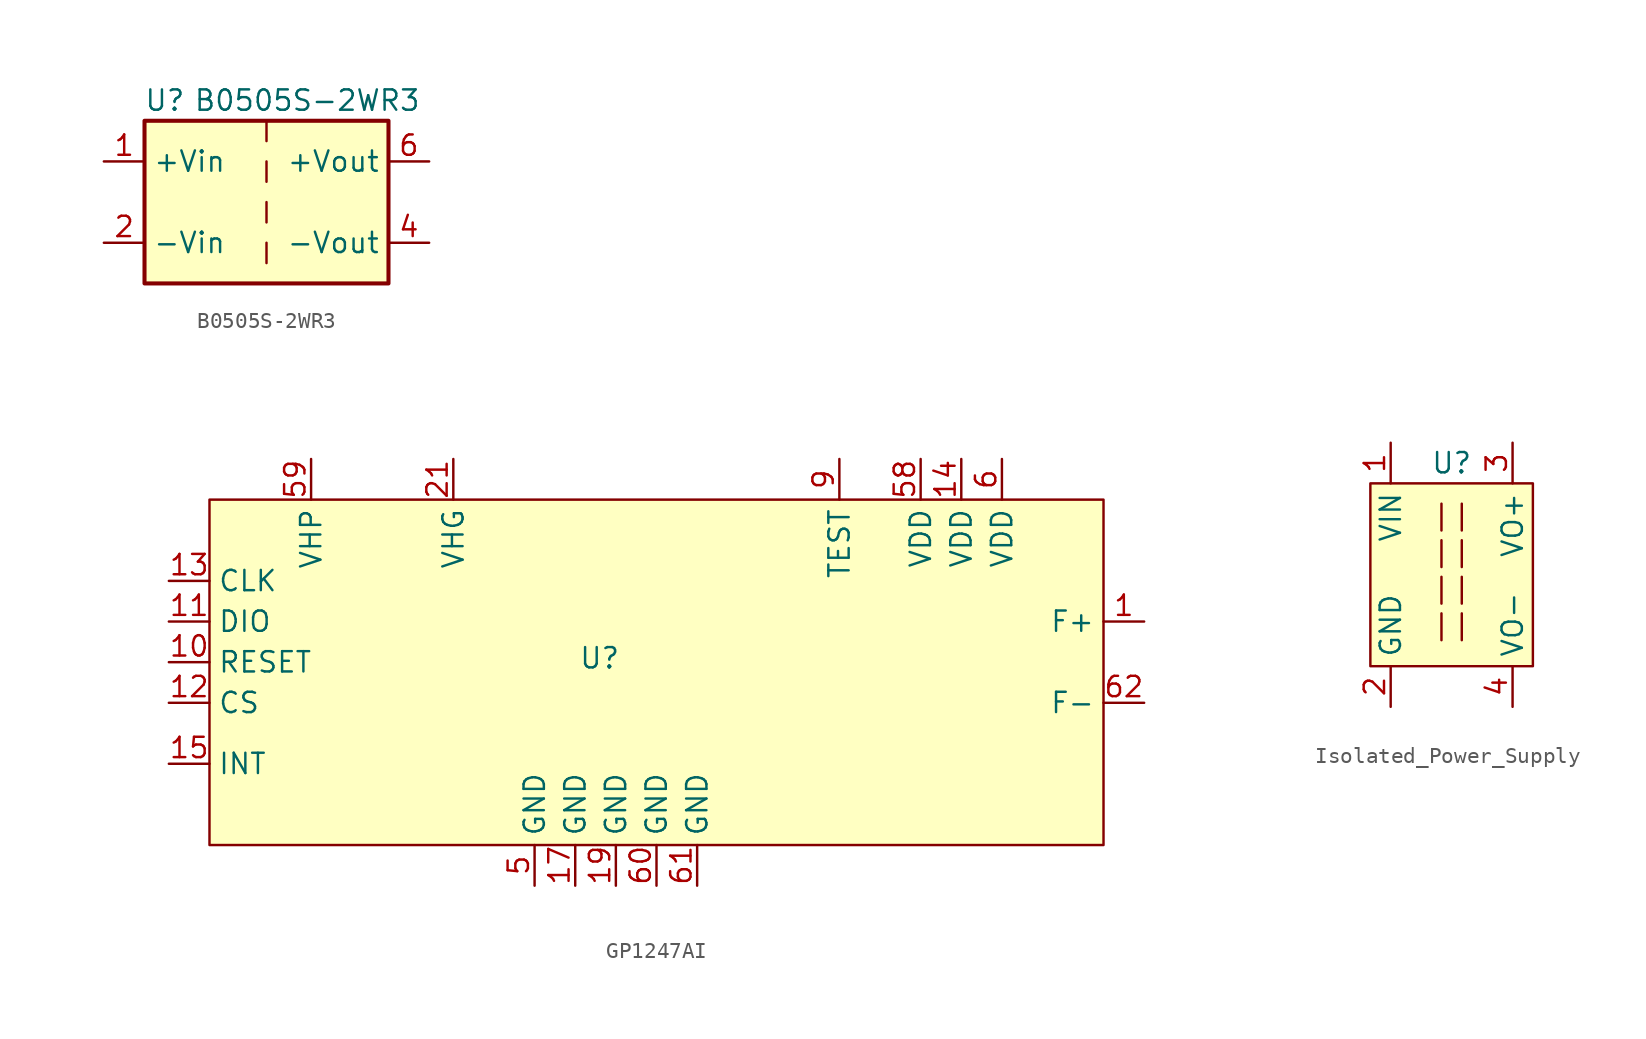
<source format=kicad_sym>
(kicad_symbol_lib
  (version 20241209)
  (generator "kicad_symbol_editor")
  (generator_version "9.0")
  (symbol "B0505S-2WR3"
    (property "Reference" "U"
      (at -6.35 6.35 0)
      (effects (font (size 1.27 1.27))))
    (property "Value" "B0505S-2WR3"
      (at 2.54 6.35 0)
      (effects (font (size 1.27 1.27))))
    (symbol "B0505S-2WR3_0_1"
      (rectangle (start -7.62 5.08) (end 7.62 -5.08) (stroke (width 0.254) (type default)) (fill (type background)))
      (polyline (pts (xy 0 5.08) (xy 0 3.81)) (stroke (width 0) (type default)) (fill (type none)))
      (polyline (pts (xy 0 2.54) (xy 0 1.27)) (stroke (width 0) (type default)) (fill (type none)))
      (polyline (pts (xy 0 0) (xy 0 -1.27)) (stroke (width 0) (type default)) (fill (type none)))
      (polyline (pts (xy 0 -2.54) (xy 0 -3.81)) (stroke (width 0) (type default)) (fill (type none))))
    (symbol "B0505S-2WR3_1_1"
      (pin power_in line (at -10.16 2.54 0) (length 2.54) (name "+Vin" (effects (font (size 1.27 1.27)))) (number "1" (effects (font (size 1.27 1.27)))))
      (pin power_in line (at -10.16 -2.54 0) (length 2.54) (name "-Vin" (effects (font (size 1.27 1.27)))) (number "2" (effects (font (size 1.27 1.27)))))
      (pin power_out line (at 10.16 2.54 180) (length 2.54) (name "+Vout" (effects (font (size 1.27 1.27)))) (number "6" (effects (font (size 1.27 1.27)))))
      (pin power_out line (at 10.16 -2.54 180) (length 2.54) (name "-Vout" (effects (font (size 1.27 1.27)))) (number "4" (effects (font (size 1.27 1.27)))))))
  (symbol "GP1247AI"
    (property "Reference" "U"
      (at -1.016 0.254 0)
      (effects (font (size 1.27 1.27))))
    (symbol "GP1247AI_1_1"
      (rectangle (start -25.4 10.16) (end 30.48 -11.43) (stroke (width 0) (type solid)) (fill (type background)))
      (pin passive line (at -27.94 5.08 0) (length 2.54) (name "CLK" (effects (font (size 1.27 1.27)))) (number "13" (effects (font (size 1.27 1.27)))))
      (pin passive line (at -27.94 2.54 0) (length 2.54) (name "DIO" (effects (font (size 1.27 1.27)))) (number "11" (effects (font (size 1.27 1.27)))))
      (pin passive line (at -27.94 0 0) (length 2.54) (name "RESET" (effects (font (size 1.27 1.27)))) (number "10" (effects (font (size 1.27 1.27)))))
      (pin passive line (at -27.94 -2.54 0) (length 2.54) (name "CS" (effects (font (size 1.27 1.27)))) (number "12" (effects (font (size 1.27 1.27)))))
      (pin passive line (at -27.94 -6.35 0) (length 2.54) (name "INT" (effects (font (size 1.27 1.27)))) (number "15" (effects (font (size 1.27 1.27)))))
      (pin no_connect line (at -25.4 -8.89 90) (length 2.54) (hide yes) (name "NC" (effects (font (size 1.27 1.27)))) (number "8" (effects (font (size 1.27 1.27)))))
      (pin no_connect line (at -24.13 -8.89 90) (length 2.54) (hide yes) (name "NC" (effects (font (size 1.27 1.27)))) (number "18" (effects (font (size 1.27 1.27)))))
      (pin no_connect line (at -22.86 -8.89 90) (length 2.54) (hide yes) (name "NC" (effects (font (size 1.27 1.27)))) (number "20" (effects (font (size 1.27 1.27)))))
      (pin no_connect line (at -21.59 -8.89 90) (length 2.54) (hide yes) (name "NC" (effects (font (size 1.27 1.27)))) (number "22" (effects (font (size 1.27 1.27)))))
      (pin no_connect line (at -20.32 -8.89 90) (length 2.54) (hide yes) (name "NC" (effects (font (size 1.27 1.27)))) (number "23" (effects (font (size 1.27 1.27)))))
      (pin power_in line (at -19.05 12.7 270) (length 2.54) (name "VHP" (effects (font (size 1.27 1.27)))) (number "59" (effects (font (size 1.27 1.27)))))
      (pin no_connect line (at -19.05 -8.89 90) (length 2.54) (hide yes) (name "NC" (effects (font (size 1.27 1.27)))) (number "24" (effects (font (size 1.27 1.27)))))
      (pin no_connect line (at -17.78 -8.89 90) (length 2.54) (hide yes) (name "NC" (effects (font (size 1.27 1.27)))) (number "25" (effects (font (size 1.27 1.27)))))
      (pin no_connect line (at -16.51 -8.89 90) (length 2.54) (hide yes) (name "NC" (effects (font (size 1.27 1.27)))) (number "26" (effects (font (size 1.27 1.27)))))
      (pin no_connect line (at -15.24 -8.89 90) (length 2.54) (hide yes) (name "NC" (effects (font (size 1.27 1.27)))) (number "27" (effects (font (size 1.27 1.27)))))
      (pin no_connect line (at -13.97 -8.89 90) (length 2.54) (hide yes) (name "NC" (effects (font (size 1.27 1.27)))) (number "28" (effects (font (size 1.27 1.27)))))
      (pin no_connect line (at -12.7 -8.89 90) (length 2.54) (hide yes) (name "NC" (effects (font (size 1.27 1.27)))) (number "29" (effects (font (size 1.27 1.27)))))
      (pin no_connect line (at -11.43 0 180) (length 2.54) (hide yes) (name "NC" (effects (font (size 1.27 1.27)))) (number "7" (effects (font (size 1.27 1.27)))))
      (pin no_connect line (at -11.43 -1.27 180) (length 2.54) (hide yes) (name "NC" (effects (font (size 1.27 1.27)))) (number "16" (effects (font (size 1.27 1.27)))))
      (pin no_connect line (at -11.43 -8.89 90) (length 2.54) (hide yes) (name "NC" (effects (font (size 1.27 1.27)))) (number "30" (effects (font (size 1.27 1.27)))))
      (pin power_in line (at -10.16 12.7 270) (length 2.54) (name "VHG" (effects (font (size 1.27 1.27)))) (number "21" (effects (font (size 1.27 1.27)))))
      (pin no_connect line (at -10.16 -8.89 90) (length 2.54) (hide yes) (name "NC" (effects (font (size 1.27 1.27)))) (number "31" (effects (font (size 1.27 1.27)))))
      (pin no_connect line (at -8.89 -8.89 90) (length 2.54) (hide yes) (name "NC" (effects (font (size 1.27 1.27)))) (number "32" (effects (font (size 1.27 1.27)))))
      (pin no_connect line (at -7.62 -8.89 90) (length 2.54) (hide yes) (name "NC" (effects (font (size 1.27 1.27)))) (number "33" (effects (font (size 1.27 1.27)))))
      (pin power_in line (at -5.08 -13.97 90) (length 2.54) (name "GND" (effects (font (size 1.27 1.27)))) (number "5" (effects (font (size 1.27 1.27)))))
      (pin power_in line (at -2.54 -13.97 90) (length 2.54) (name "GND" (effects (font (size 1.27 1.27)))) (number "17" (effects (font (size 1.27 1.27)))))
      (pin power_in line (at 0 -13.97 90) (length 2.54) (name "GND" (effects (font (size 1.27 1.27)))) (number "19" (effects (font (size 1.27 1.27)))))
      (pin no_connect line (at 1.27 8.89 270) (length 2.54) (hide yes) (name "NC" (effects (font (size 1.27 1.27)))) (number "57" (effects (font (size 1.27 1.27)))))
      (pin no_connect line (at 2.54 8.89 270) (length 2.54) (hide yes) (name "NC" (effects (font (size 1.27 1.27)))) (number "56" (effects (font (size 1.27 1.27)))))
      (pin power_in line (at 2.54 -13.97 90) (length 2.54) (name "GND" (effects (font (size 1.27 1.27)))) (number "60" (effects (font (size 1.27 1.27)))))
      (pin no_connect line (at 3.81 8.89 270) (length 2.54) (hide yes) (name "NC" (effects (font (size 1.27 1.27)))) (number "55" (effects (font (size 1.27 1.27)))))
      (pin no_connect line (at 5.08 8.89 270) (length 2.54) (hide yes) (name "NC" (effects (font (size 1.27 1.27)))) (number "54" (effects (font (size 1.27 1.27)))))
      (pin power_in line (at 5.08 -13.97 90) (length 2.54) (name "GND" (effects (font (size 1.27 1.27)))) (number "61" (effects (font (size 1.27 1.27)))))
      (pin no_connect line (at 6.35 8.89 270) (length 2.54) (hide yes) (name "NC" (effects (font (size 1.27 1.27)))) (number "53" (effects (font (size 1.27 1.27)))))
      (pin no_connect line (at 7.62 -8.89 90) (length 2.54) (hide yes) (name "NC" (effects (font (size 1.27 1.27)))) (number "34" (effects (font (size 1.27 1.27)))))
      (pin no_connect line (at 8.89 -8.89 90) (length 2.54) (hide yes) (name "NC" (effects (font (size 1.27 1.27)))) (number "35" (effects (font (size 1.27 1.27)))))
      (pin no_connect line (at 10.16 -8.89 90) (length 2.54) (hide yes) (name "NC" (effects (font (size 1.27 1.27)))) (number "36" (effects (font (size 1.27 1.27)))))
      (pin no_connect line (at 11.43 -8.89 90) (length 2.54) (hide yes) (name "NC" (effects (font (size 1.27 1.27)))) (number "37" (effects (font (size 1.27 1.27)))))
      (pin no_connect line (at 12.7 -8.89 90) (length 2.54) (hide yes) (name "NC" (effects (font (size 1.27 1.27)))) (number "38" (effects (font (size 1.27 1.27)))))
      (pin passive line (at 13.97 12.7 270) (length 2.54) (name "TEST" (effects (font (size 1.27 1.27)))) (number "9" (effects (font (size 1.27 1.27)))))
      (pin no_connect line (at 13.97 -8.89 90) (length 2.54) (hide yes) (name "NC" (effects (font (size 1.27 1.27)))) (number "39" (effects (font (size 1.27 1.27)))))
      (pin no_connect line (at 15.24 -8.89 90) (length 2.54) (hide yes) (name "NC" (effects (font (size 1.27 1.27)))) (number "40" (effects (font (size 1.27 1.27)))))
      (pin no_connect line (at 16.51 -8.89 90) (length 2.54) (hide yes) (name "NC" (effects (font (size 1.27 1.27)))) (number "41" (effects (font (size 1.27 1.27)))))
      (pin no_connect line (at 17.78 -8.89 90) (length 2.54) (hide yes) (name "NC" (effects (font (size 1.27 1.27)))) (number "42" (effects (font (size 1.27 1.27)))))
      (pin power_in line (at 19.05 12.7 270) (length 2.54) (name "VDD" (effects (font (size 1.27 1.27)))) (number "58" (effects (font (size 1.27 1.27)))))
      (pin no_connect line (at 19.05 -8.89 90) (length 2.54) (hide yes) (name "NC" (effects (font (size 1.27 1.27)))) (number "43" (effects (font (size 1.27 1.27)))))
      (pin no_connect line (at 20.32 -8.89 90) (length 2.54) (hide yes) (name "NC" (effects (font (size 1.27 1.27)))) (number "44" (effects (font (size 1.27 1.27)))))
      (pin power_in line (at 21.59 12.7 270) (length 2.54) (name "VDD" (effects (font (size 1.27 1.27)))) (number "14" (effects (font (size 1.27 1.27)))))
      (pin no_connect line (at 21.59 -8.89 90) (length 2.54) (hide yes) (name "NC" (effects (font (size 1.27 1.27)))) (number "45" (effects (font (size 1.27 1.27)))))
      (pin no_connect line (at 22.86 -8.89 90) (length 2.54) (hide yes) (name "NC" (effects (font (size 1.27 1.27)))) (number "46" (effects (font (size 1.27 1.27)))))
      (pin power_in line (at 24.13 12.7 270) (length 2.54) (name "VDD" (effects (font (size 1.27 1.27)))) (number "6" (effects (font (size 1.27 1.27)))))
      (pin no_connect line (at 24.13 -8.89 90) (length 2.54) (hide yes) (name "NC" (effects (font (size 1.27 1.27)))) (number "47" (effects (font (size 1.27 1.27)))))
      (pin no_connect line (at 25.4 -8.89 90) (length 2.54) (hide yes) (name "NC" (effects (font (size 1.27 1.27)))) (number "48" (effects (font (size 1.27 1.27)))))
      (pin no_connect line (at 26.67 -8.89 90) (length 2.54) (hide yes) (name "NC" (effects (font (size 1.27 1.27)))) (number "49" (effects (font (size 1.27 1.27)))))
      (pin no_connect line (at 27.94 -8.89 90) (length 2.54) (hide yes) (name "NC" (effects (font (size 1.27 1.27)))) (number "50" (effects (font (size 1.27 1.27)))))
      (pin no_connect line (at 29.21 -8.89 90) (length 2.54) (hide yes) (name "NC" (effects (font (size 1.27 1.27)))) (number "51" (effects (font (size 1.27 1.27)))))
      (pin no_connect line (at 30.48 -8.89 90) (length 2.54) (hide yes) (name "NC" (effects (font (size 1.27 1.27)))) (number "52" (effects (font (size 1.27 1.27)))))
      (pin passive line (at 33.02 2.54 180) (length 2.54) (name "F+" (effects (font (size 1.27 1.27)))) (number "1" (effects (font (size 1.27 1.27)))))
      (pin passive line (at 33.02 2.54 180) (length 2.54) (hide yes) (name "F+" (effects (font (size 1.27 1.27)))) (number "2" (effects (font (size 1.27 1.27)))))
      (pin passive line (at 33.02 2.54 180) (length 2.54) (hide yes) (name "F+" (effects (font (size 1.27 1.27)))) (number "3" (effects (font (size 1.27 1.27)))))
      (pin passive line (at 33.02 2.54 180) (length 2.54) (hide yes) (name "F+" (effects (font (size 1.27 1.27)))) (number "4" (effects (font (size 1.27 1.27)))))
      (pin passive line (at 33.02 -2.54 180) (length 2.54) (name "F-" (effects (font (size 1.27 1.27)))) (number "62" (effects (font (size 1.27 1.27)))))
      (pin passive line (at 33.02 -2.54 180) (length 2.54) (hide yes) (name "F-" (effects (font (size 1.27 1.27)))) (number "63" (effects (font (size 1.27 1.27)))))
      (pin passive line (at 33.02 -2.54 180) (length 2.54) (hide yes) (name "F-" (effects (font (size 1.27 1.27)))) (number "64" (effects (font (size 1.27 1.27)))))
      (pin passive line (at 33.02 -2.54 180) (length 2.54) (hide yes) (name "F-" (effects (font (size 1.27 1.27)))) (number "65" (effects (font (size 1.27 1.27)))))))
  (symbol "Isolated_Power_Supply"
    (property "Reference" "U"
      (at 0 6.35 0)
      (effects (font (size 1.27 1.27))))
    (property "Value" ""
      (at 0 0 0)
      (effects (font (size 1.27 1.27))))
    (symbol "Isolated_Power_Supply_1_1"
      (rectangle (start -5.08 5.08) (end 5.08 -6.35) (stroke (width 0) (type solid)) (fill (type background)))
      (polyline (pts (xy -0.635 3.81) (xy -0.635 -5.08)) (stroke (width 0) (type dash)) (fill (type none)))
      (polyline (pts (xy 0.635 3.81) (xy 0.635 -5.08)) (stroke (width 0) (type dash)) (fill (type none)))
      (pin power_in line (at -3.81 7.62 270) (length 2.54) (name "VIN" (effects (font (size 1.27 1.27)))) (number "1" (effects (font (size 1.27 1.27)))))
      (pin power_in line (at -3.81 -8.89 90) (length 2.54) (name "GND" (effects (font (size 1.27 1.27)))) (number "2" (effects (font (size 1.27 1.27)))))
      (pin power_out line (at 3.81 7.62 270) (length 2.54) (name "VO+" (effects (font (size 1.27 1.27)))) (number "3" (effects (font (size 1.27 1.27)))))
      (pin power_out line (at 3.81 -8.89 90) (length 2.54) (name "VO-" (effects (font (size 1.27 1.27)))) (number "4" (effects (font (size 1.27 1.27))))))))
</source>
